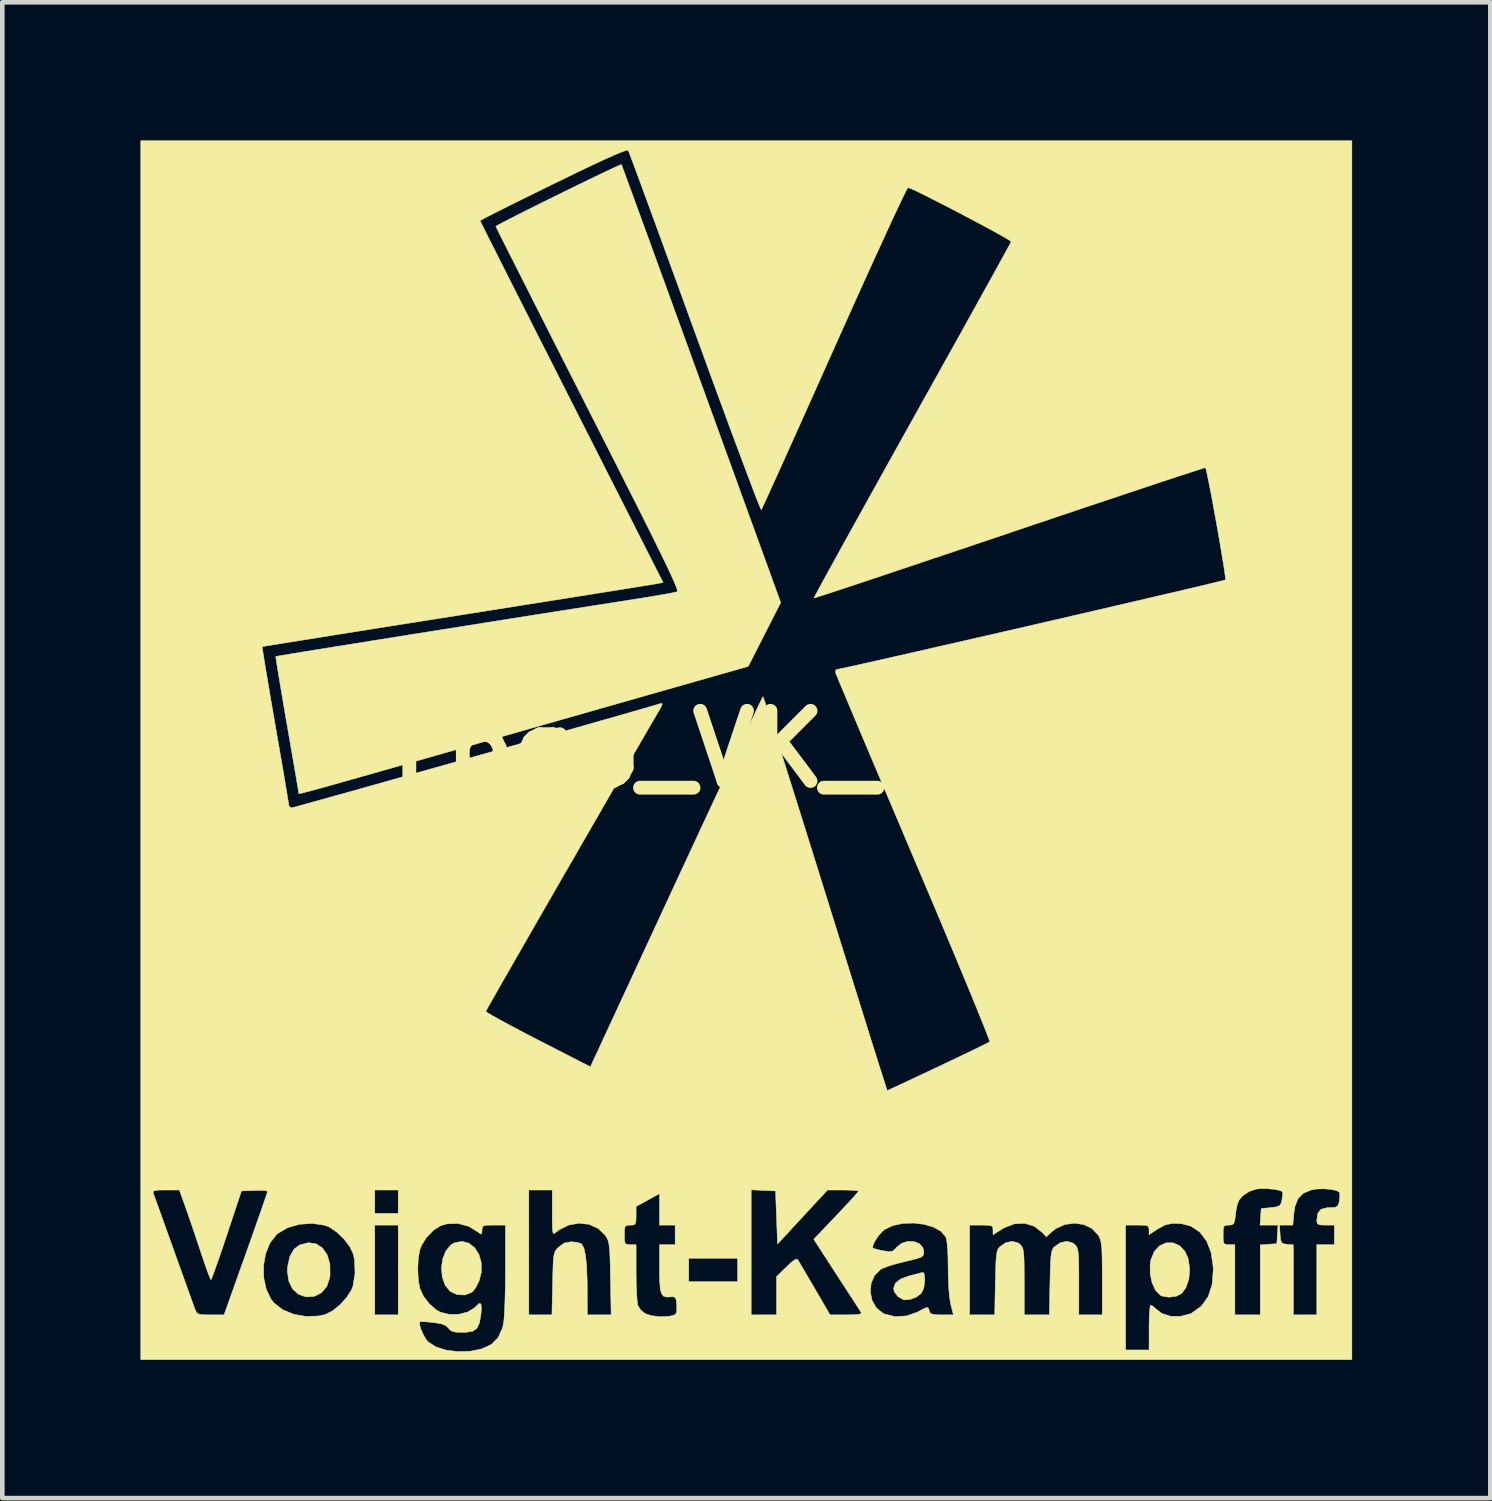
<source format=kicad_pcb>
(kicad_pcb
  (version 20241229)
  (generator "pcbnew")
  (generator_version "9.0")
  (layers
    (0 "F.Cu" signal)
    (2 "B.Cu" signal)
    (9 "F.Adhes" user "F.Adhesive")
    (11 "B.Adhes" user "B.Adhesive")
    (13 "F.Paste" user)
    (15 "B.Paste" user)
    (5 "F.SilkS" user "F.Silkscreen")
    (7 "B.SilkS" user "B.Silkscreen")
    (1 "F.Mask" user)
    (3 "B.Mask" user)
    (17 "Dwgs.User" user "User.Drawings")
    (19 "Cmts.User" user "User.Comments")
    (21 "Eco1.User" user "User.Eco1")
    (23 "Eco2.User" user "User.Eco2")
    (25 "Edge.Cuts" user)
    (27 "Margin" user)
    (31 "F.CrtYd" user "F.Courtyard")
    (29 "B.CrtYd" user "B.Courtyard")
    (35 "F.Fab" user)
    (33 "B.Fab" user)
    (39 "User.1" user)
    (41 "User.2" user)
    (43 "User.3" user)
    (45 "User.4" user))
  (footprint "Logo_VK_inch"
    (layer "F.Cu")
    (at 13.128 13.213)
    (property "Reference" "Logo_VK_inch" (at 0 0 0) (layer "F.SilkS") (effects (font (size 1.524 1.524) (thickness 0.3))))
    (attr through_hole)
    (fp_poly (pts (xy -9.314 10.736) (xy -9.176 10.828) (xy -9.074 10.977) (xy -9.017 11.176) (xy -9.014 11.414) (xy -9.021 11.47) (xy -9.084 11.659) (xy -9.201 11.798) (xy -9.357 11.877) (xy -9.534 11.888) (xy -9.699 11.832) (xy -9.828 11.716) (xy -9.911 11.543) (xy -9.941 11.331) (xy -9.936 11.236) (xy -9.887 11.008) (xy -9.793 10.848) (xy -9.671 10.759) (xy -9.482 10.71) (xy -9.314 10.736)) (stroke (width 0.01) (type solid)) (fill yes) (layer "F.SilkS"))
    (fp_poly (pts (xy 3.889 11.406) (xy 3.895 11.515) (xy 3.895 11.528) (xy 3.874 11.695) (xy 3.821 11.807) (xy 3.718 11.887) (xy 3.583 11.941) (xy 3.457 11.953) (xy 3.429 11.947) (xy 3.311 11.879) (xy 3.233 11.776) (xy 3.217 11.705) (xy 3.256 11.589) (xy 3.374 11.497) (xy 3.556 11.431) (xy 3.688 11.397) (xy 3.795 11.368) (xy 3.821 11.361) (xy 3.867 11.36) (xy 3.889 11.406)) (stroke (width 0.01) (type solid)) (fill yes) (layer "F.SilkS"))
    (fp_poly (pts (xy 9.426 10.775) (xy 9.544 10.901) (xy 9.611 11.053) (xy 9.645 11.274) (xy 9.628 11.494) (xy 9.564 11.686) (xy 9.473 11.811) (xy 9.354 11.873) (xy 9.2 11.894) (xy 9.052 11.871) (xy 9.006 11.85) (xy 8.905 11.747) (xy 8.83 11.586) (xy 8.788 11.39) (xy 8.786 11.184) (xy 8.802 11.085) (xy 8.876 10.9) (xy 8.993 10.776) (xy 9.134 10.713) (xy 9.284 10.713) (xy 9.426 10.775)) (stroke (width 0.01) (type solid)) (fill yes) (layer "F.SilkS"))
    (fp_poly (pts (xy -5.998 10.722) (xy -5.873 10.822) (xy -5.781 10.968) (xy -5.731 11.148) (xy -5.73 11.35) (xy -5.777 11.537) (xy -5.839 11.665) (xy -5.912 11.765) (xy -5.94 11.79) (xy -6.087 11.846) (xy -6.253 11.839) (xy -6.403 11.769) (xy -6.406 11.767) (xy -6.516 11.634) (xy -6.578 11.459) (xy -6.596 11.264) (xy -6.57 11.068) (xy -6.503 10.894) (xy -6.397 10.763) (xy -6.316 10.714) (xy -6.149 10.682) (xy -5.998 10.722)) (stroke (width 0.01) (type solid)) (fill yes) (layer "F.SilkS"))
    (fp_poly (pts (xy -2.674 -12.651) (xy -2.631 -12.536) (xy -2.563 -12.351) (xy -2.472 -12.101) (xy -2.359 -11.791) (xy -2.226 -11.425) (xy -2.074 -11.01) (xy -1.907 -10.549) (xy -1.724 -10.048) (xy -1.529 -9.511) (xy -1.323 -8.944) (xy -1.108 -8.351) (xy -0.955 -7.931) (xy 0.768 -3.184) (xy 0.416 -2.491) (xy 0.064 -1.799) (xy -4.699 -0.441) (xy -5.441 -0.229) (xy -6.106 -0.04) (xy -6.697 0.129) (xy -7.22 0.278) (xy -7.679 0.409) (xy -8.077 0.522) (xy -8.419 0.619) (xy -8.71 0.701) (xy -8.953 0.77) (xy -9.152 0.826) (xy -9.313 0.87) (xy -9.438 0.904) (xy -9.533 0.929) (xy -9.601 0.947) (xy -9.648 0.957) (xy -9.676 0.962) (xy -9.691 0.963) (xy -9.696 0.96) (xy -9.696 0.956) (xy -9.694 0.951) (xy -9.694 0.95) (xy -9.701 0.904) (xy -9.721 0.784) (xy -9.752 0.6) (xy -9.793 0.362) (xy -9.842 0.078) (xy -9.897 -0.24) (xy -9.949 -0.539) (xy -10.008 -0.879) (xy -10.061 -1.193) (xy -10.107 -1.469) (xy -10.145 -1.699) (xy -10.173 -1.872) (xy -10.189 -1.981) (xy -10.192 -2.014) (xy -10.15 -2.022) (xy -10.03 -2.042) (xy -9.841 -2.074) (xy -9.589 -2.115) (xy -9.28 -2.165) (xy -8.922 -2.223) (xy -8.52 -2.287) (xy -8.083 -2.357) (xy -7.616 -2.432) (xy -7.127 -2.51) (xy -6.623 -2.59) (xy -6.109 -2.672) (xy -5.594 -2.754) (xy -5.083 -2.835) (xy -4.584 -2.914) (xy -4.103 -2.99) (xy -3.647 -3.061) (xy -3.224 -3.128) (xy -2.839 -3.188) (xy -2.499 -3.241) (xy -2.498 -3.241) (xy -2.221 -3.285) (xy -1.969 -3.327) (xy -1.757 -3.363) (xy -1.596 -3.393) (xy -1.5 -3.414) (xy -1.48 -3.42) (xy -1.475 -3.437) (xy -1.485 -3.48) (xy -1.511 -3.552) (xy -1.556 -3.659) (xy -1.621 -3.802) (xy -1.708 -3.987) (xy -1.819 -4.217) (xy -1.956 -4.496) (xy -2.12 -4.827) (xy -2.314 -5.214) (xy -2.54 -5.662) (xy -2.798 -6.174) (xy -3.092 -6.753) (xy -3.414 -7.387) (xy -3.687 -7.926) (xy -3.95 -8.443) (xy -4.199 -8.935) (xy -4.432 -9.394) (xy -4.646 -9.818) (xy -4.839 -10.2) (xy -5.009 -10.537) (xy -5.153 -10.821) (xy -5.268 -11.05) (xy -5.352 -11.218) (xy -5.402 -11.319) (xy -5.416 -11.349) (xy -5.38 -11.372) (xy -5.279 -11.427) (xy -5.122 -11.508) (xy -4.92 -11.611) (xy -4.683 -11.73) (xy -4.422 -11.86) (xy -4.147 -11.996) (xy -3.869 -12.133) (xy -3.597 -12.266) (xy -3.343 -12.389) (xy -3.116 -12.498) (xy -2.928 -12.587) (xy -2.787 -12.652) (xy -2.706 -12.687) (xy -2.69 -12.692) (xy -2.674 -12.651)) (stroke (width 0.01) (type solid)) (fill yes) (layer "F.SilkS"))
    (fp_poly (pts (xy 13.166 13.25) (xy -13.123 13.25) (xy -13.123 9.6) (xy -12.855 9.6) (xy -12.851 9.636) (xy -12.849 9.641) (xy -12.828 9.699) (xy -12.782 9.826) (xy -12.715 10.011) (xy -12.632 10.243) (xy -12.535 10.513) (xy -12.429 10.808) (xy -12.404 10.88) (xy -12.296 11.182) (xy -12.195 11.464) (xy -12.105 11.712) (xy -12.031 11.918) (xy -11.977 12.068) (xy -11.946 12.152) (xy -11.943 12.16) (xy -11.914 12.222) (xy -11.872 12.257) (xy -11.797 12.272) (xy -11.665 12.277) (xy -11.606 12.277) (xy -11.315 12.277) (xy -10.933 11.205) (xy -10.457 11.205) (xy -10.453 11.471) (xy -10.398 11.724) (xy -10.292 11.941) (xy -10.232 12.017) (xy -10.043 12.164) (xy -9.804 12.264) (xy -9.535 12.311) (xy -9.259 12.301) (xy -9.128 12.273) (xy -8.971 12.197) (xy -8.806 12.066) (xy -8.658 11.905) (xy -8.55 11.737) (xy -8.518 11.658) (xy -8.472 11.379) (xy -8.483 11.088) (xy -8.512 10.951) (xy -8.587 10.794) (xy -8.714 10.629) (xy -8.871 10.479) (xy -9.033 10.37) (xy -9.123 10.334) (xy -9.153 10.329) (xy -8.043 10.329) (xy -8.043 12.277) (xy -7.535 12.277) (xy -7.535 11.288) (xy -7.11 11.288) (xy -7.098 11.518) (xy -7.067 11.696) (xy -6.987 11.871) (xy -6.856 12.041) (xy -6.701 12.174) (xy -6.617 12.219) (xy -6.422 12.267) (xy -6.215 12.264) (xy -6.024 12.214) (xy -5.875 12.122) (xy -5.847 12.093) (xy -5.779 12.029) (xy -5.739 12.04) (xy -5.727 12.129) (xy -5.738 12.266) (xy -5.771 12.453) (xy -5.826 12.57) (xy -5.919 12.633) (xy -6.064 12.656) (xy -6.14 12.658) (xy -6.287 12.652) (xy -6.375 12.63) (xy -6.43 12.584) (xy -6.443 12.566) (xy -6.501 12.51) (xy -6.599 12.472) (xy -6.758 12.445) (xy -6.776 12.443) (xy -6.918 12.429) (xy -7.023 12.424) (xy -7.066 12.428) (xy -7.071 12.485) (xy -7.042 12.586) (xy -6.991 12.703) (xy -6.93 12.81) (xy -6.884 12.864) (xy -6.718 12.971) (xy -6.495 13.042) (xy -6.238 13.074) (xy -5.97 13.066) (xy -5.726 13.017) (xy -5.515 12.92) (xy -5.366 12.771) (xy -5.271 12.56) (xy -5.253 12.487) (xy -5.239 12.381) (xy -5.227 12.205) (xy -5.218 11.974) (xy -5.211 11.705) (xy -5.207 11.411) (xy -5.207 11.301) (xy -5.207 10.329) (xy -5.461 10.329) (xy -5.602 10.331) (xy -5.678 10.343) (xy -5.709 10.374) (xy -5.715 10.433) (xy -5.715 10.442) (xy -5.72 10.518) (xy -5.749 10.521) (xy -5.789 10.489) (xy -5.998 10.358) (xy -6.235 10.294) (xy -6.476 10.302) (xy -6.617 10.344) (xy -6.774 10.445) (xy -6.921 10.598) (xy -7.031 10.774) (xy -7.067 10.868) (xy -7.099 11.058) (xy -7.11 11.288) (xy -7.535 11.288) (xy -7.535 10.329) (xy -8.043 10.329) (xy -9.153 10.329) (xy -9.397 10.293) (xy -9.675 10.311) (xy -9.932 10.384) (xy -10.145 10.508) (xy -10.174 10.533) (xy -10.317 10.715) (xy -10.411 10.946) (xy -10.457 11.205) (xy -10.933 11.205) (xy -10.843 10.954) (xy -10.73 10.636) (xy -10.627 10.344) (xy -10.537 10.087) (xy -10.463 9.874) (xy -10.409 9.716) (xy -10.378 9.62) (xy -10.371 9.597) (xy -10.41 9.582) (xy -10.511 9.574) (xy -10.653 9.576) (xy -10.654 9.576) (xy -10.937 9.588) (xy -11.257 10.552) (xy -11.347 10.82) (xy -11.429 11.06) (xy -11.5 11.26) (xy -11.554 11.409) (xy -11.589 11.496) (xy -11.6 11.515) (xy -11.62 11.477) (xy -11.661 11.372) (xy -11.718 11.214) (xy -11.786 11.016) (xy -11.828 10.89) (xy -11.912 10.638) (xy -11.998 10.382) (xy -12.079 10.146) (xy -12.145 9.958) (xy -12.159 9.917) (xy -12.285 9.567) (xy -8.043 9.567) (xy -8.043 10.075) (xy -7.535 10.075) (xy -7.535 9.567) (xy -4.699 9.567) (xy -4.699 12.277) (xy -4.198 12.277) (xy -4.184 11.6) (xy -4.178 11.347) (xy -4.172 11.164) (xy -4.163 11.037) (xy -4.148 10.952) (xy -4.125 10.893) (xy -4.093 10.848) (xy -4.053 10.807) (xy -3.934 10.72) (xy -3.791 10.691) (xy -3.769 10.691) (xy -3.649 10.703) (xy -3.563 10.731) (xy -3.552 10.74) (xy -3.504 10.828) (xy -3.469 10.987) (xy -3.445 11.221) (xy -3.433 11.533) (xy -3.431 11.716) (xy -3.429 12.277) (xy -2.913 12.277) (xy -2.928 11.483) (xy -2.933 11.204) (xy -2.939 10.996) (xy -2.948 10.846) (xy -2.961 10.74) (xy -2.979 10.665) (xy -3.004 10.607) (xy -3.039 10.554) (xy -3.044 10.547) (xy -3.05 10.541) (xy -2.625 10.541) (xy -2.622 10.666) (xy -2.605 10.729) (xy -2.56 10.75) (xy -2.498 10.753) (xy -2.371 10.753) (xy -2.371 11.364) (xy -2.368 11.591) (xy -2.36 11.796) (xy -2.349 11.96) (xy -2.335 12.063) (xy -2.33 12.081) (xy -2.264 12.178) (xy -2.172 12.251) (xy -2.037 12.295) (xy -1.858 12.316) (xy -1.676 12.31) (xy -1.575 12.292) (xy -1.54 12.277) (xy 0.127 12.277) (xy 0.677 12.277) (xy 0.677 11.448) (xy 0.891 11.238) (xy 1.006 11.129) (xy 1.079 11.076) (xy 1.123 11.07) (xy 1.145 11.091) (xy 1.18 11.149) (xy 1.249 11.265) (xy 1.343 11.426) (xy 1.454 11.616) (xy 1.513 11.716) (xy 1.839 12.277) (xy 2.192 12.277) (xy 2.369 12.274) (xy 2.473 12.264) (xy 2.515 12.245) (xy 2.513 12.224) (xy 2.48 12.172) (xy 2.41 12.062) (xy 2.309 11.907) (xy 2.226 11.78) (xy 2.714 11.78) (xy 2.752 11.965) (xy 2.845 12.126) (xy 2.989 12.243) (xy 3.017 12.256) (xy 3.249 12.314) (xy 3.498 12.3) (xy 3.738 12.216) (xy 3.742 12.213) (xy 3.867 12.147) (xy 3.936 12.118) (xy 3.968 12.123) (xy 3.984 12.161) (xy 3.992 12.192) (xy 4.016 12.24) (xy 4.071 12.266) (xy 4.177 12.276) (xy 4.266 12.277) (xy 4.517 12.277) (xy 4.46 12.056) (xy 4.434 11.908) (xy 4.415 11.696) (xy 4.404 11.44) (xy 4.402 11.262) (xy 4.397 10.979) (xy 4.384 10.764) (xy 4.363 10.624) (xy 4.349 10.583) (xy 4.245 10.462) (xy 4.081 10.371) (xy 3.937 10.329) (xy 4.868 10.329) (xy 4.868 12.277) (xy 5.413 12.277) (xy 5.426 11.579) (xy 5.432 11.318) (xy 5.439 11.128) (xy 5.45 10.995) (xy 5.464 10.907) (xy 5.485 10.848) (xy 5.515 10.807) (xy 5.525 10.797) (xy 5.657 10.708) (xy 5.8 10.681) (xy 5.928 10.719) (xy 5.965 10.748) (xy 5.997 10.786) (xy 6.021 10.832) (xy 6.037 10.901) (xy 6.046 11.006) (xy 6.052 11.159) (xy 6.053 11.375) (xy 6.054 11.557) (xy 6.054 12.277) (xy 6.598 12.277) (xy 6.612 11.579) (xy 6.618 11.318) (xy 6.625 11.128) (xy 6.635 10.995) (xy 6.65 10.907) (xy 6.671 10.848) (xy 6.7 10.807) (xy 6.71 10.797) (xy 6.843 10.708) (xy 6.986 10.681) (xy 7.113 10.719) (xy 7.15 10.748) (xy 7.183 10.786) (xy 7.206 10.832) (xy 7.222 10.901) (xy 7.232 11.006) (xy 7.237 11.159) (xy 7.239 11.375) (xy 7.239 11.557) (xy 7.239 12.277) (xy 7.747 12.277) (xy 7.747 11.483) (xy 7.746 11.201) (xy 7.743 10.99) (xy 7.737 10.837) (xy 7.725 10.728) (xy 7.708 10.65) (xy 7.684 10.589) (xy 7.661 10.549) (xy 7.528 10.405) (xy 7.373 10.329) (xy 8.255 10.329) (xy 8.255 13.039) (xy 8.763 13.039) (xy 8.763 12.552) (xy 8.766 12.36) (xy 8.774 12.204) (xy 8.786 12.1) (xy 8.8 12.065) (xy 8.855 12.094) (xy 8.892 12.131) (xy 9.038 12.245) (xy 9.229 12.306) (xy 9.441 12.31) (xy 9.651 12.255) (xy 9.692 12.236) (xy 9.9 12.086) (xy 10.047 11.88) (xy 10.132 11.616) (xy 10.156 11.295) (xy 10.154 11.232) (xy 10.11 10.926) (xy 10.012 10.674) (xy 9.911 10.541) (xy 10.372 10.541) (xy 10.374 10.666) (xy 10.392 10.729) (xy 10.436 10.75) (xy 10.499 10.753) (xy 10.626 10.753) (xy 10.626 12.277) (xy 11.176 12.277) (xy 11.176 10.758) (xy 11.356 10.745) (xy 11.536 10.732) (xy 11.549 10.53) (xy 11.562 10.329) (xy 11.595 10.329) (xy 11.608 10.53) (xy 11.619 10.652) (xy 11.645 10.713) (xy 11.701 10.738) (xy 11.758 10.745) (xy 11.896 10.758) (xy 11.896 12.277) (xy 12.404 12.277) (xy 12.404 10.753) (xy 12.785 10.753) (xy 12.785 10.329) (xy 12.594 10.329) (xy 12.477 10.325) (xy 12.421 10.304) (xy 12.404 10.252) (xy 12.404 10.221) (xy 12.425 10.07) (xy 12.497 9.984) (xy 12.63 9.95) (xy 12.678 9.948) (xy 12.795 9.944) (xy 12.854 9.918) (xy 12.882 9.854) (xy 12.893 9.803) (xy 12.904 9.694) (xy 12.897 9.621) (xy 12.895 9.616) (xy 12.832 9.58) (xy 12.712 9.554) (xy 12.562 9.542) (xy 12.41 9.545) (xy 12.29 9.564) (xy 12.113 9.637) (xy 11.996 9.755) (xy 11.929 9.928) (xy 11.907 10.071) (xy 11.884 10.329) (xy 11.595 10.329) (xy 11.562 10.329) (xy 11.171 10.329) (xy 11.184 10.149) (xy 11.197 9.97) (xy 11.407 9.948) (xy 11.533 9.932) (xy 11.6 9.903) (xy 11.632 9.844) (xy 11.647 9.78) (xy 11.663 9.675) (xy 11.662 9.609) (xy 11.66 9.605) (xy 11.604 9.577) (xy 11.49 9.554) (xy 11.346 9.54) (xy 11.2 9.537) (xy 11.088 9.547) (xy 10.941 9.597) (xy 10.807 9.684) (xy 10.798 9.691) (xy 10.722 9.778) (xy 10.677 9.88) (xy 10.649 10.03) (xy 10.644 10.068) (xy 10.626 10.211) (xy 10.604 10.289) (xy 10.568 10.322) (xy 10.507 10.329) (xy 10.493 10.329) (xy 10.421 10.334) (xy 10.385 10.364) (xy 10.373 10.441) (xy 10.372 10.541) (xy 9.911 10.541) (xy 9.865 10.481) (xy 9.673 10.353) (xy 9.467 10.298) (xy 9.27 10.291) (xy 9.108 10.327) (xy 8.941 10.418) (xy 8.919 10.433) (xy 8.763 10.538) (xy 8.763 10.434) (xy 8.757 10.376) (xy 8.728 10.345) (xy 8.654 10.332) (xy 8.515 10.329) (xy 8.509 10.329) (xy 8.255 10.329) (xy 7.373 10.329) (xy 7.349 10.318) (xy 7.146 10.288) (xy 6.936 10.316) (xy 6.74 10.405) (xy 6.643 10.481) (xy 6.534 10.585) (xy 6.453 10.495) (xy 6.274 10.356) (xy 6.066 10.291) (xy 5.842 10.301) (xy 5.616 10.389) (xy 5.575 10.413) (xy 5.376 10.539) (xy 5.376 10.434) (xy 5.371 10.376) (xy 5.341 10.345) (xy 5.267 10.332) (xy 5.129 10.329) (xy 5.122 10.329) (xy 4.868 10.329) (xy 3.937 10.329) (xy 3.876 10.311) (xy 3.648 10.285) (xy 3.419 10.293) (xy 3.207 10.338) (xy 3.03 10.421) (xy 2.974 10.466) (xy 2.891 10.559) (xy 2.819 10.666) (xy 2.772 10.761) (xy 2.765 10.821) (xy 2.768 10.825) (xy 2.819 10.845) (xy 2.925 10.872) (xy 2.991 10.885) (xy 3.117 10.904) (xy 3.192 10.895) (xy 3.249 10.851) (xy 3.279 10.815) (xy 3.391 10.724) (xy 3.527 10.682) (xy 3.664 10.686) (xy 3.781 10.733) (xy 3.856 10.82) (xy 3.873 10.901) (xy 3.87 10.958) (xy 3.851 10.999) (xy 3.8 11.031) (xy 3.704 11.063) (xy 3.545 11.102) (xy 3.46 11.122) (xy 3.27 11.17) (xy 3.102 11.221) (xy 2.979 11.267) (xy 2.939 11.288) (xy 2.805 11.421) (xy 2.731 11.592) (xy 2.714 11.78) (xy 2.226 11.78) (xy 2.187 11.72) (xy 2.081 11.557) (xy 1.942 11.343) (xy 1.812 11.142) (xy 1.701 10.97) (xy 1.619 10.843) (xy 1.584 10.789) (xy 1.486 10.635) (xy 1.971 10.126) (xy 2.132 9.955) (xy 2.271 9.806) (xy 2.377 9.689) (xy 2.441 9.614) (xy 2.455 9.592) (xy 2.416 9.581) (xy 2.313 9.572) (xy 2.165 9.568) (xy 2.12 9.567) (xy 1.784 9.567) (xy 1.241 10.154) (xy 0.699 10.74) (xy 0.677 10.164) (xy 0.656 9.588) (xy 0.392 9.576) (xy 0.127 9.563) (xy 0.127 12.277) (xy -1.54 12.277) (xy -1.515 12.266) (xy -1.49 12.213) (xy -1.488 12.109) (xy -1.49 12.07) (xy -1.501 11.951) (xy -1.525 11.896) (xy -1.576 11.884) (xy -1.623 11.887) (xy -1.715 11.89) (xy -1.78 11.868) (xy -1.823 11.808) (xy -1.848 11.701) (xy -1.86 11.532) (xy -1.863 11.292) (xy -1.863 11.277) (xy -1.863 11.049) (xy -1.228 11.049) (xy -1.228 11.557) (xy -0.169 11.557) (xy -0.169 11.049) (xy -1.228 11.049) (xy -1.863 11.049) (xy -1.863 10.753) (xy -1.524 10.753) (xy -1.524 10.329) (xy -1.863 10.329) (xy -1.863 9.646) (xy -2.117 9.786) (xy -2.371 9.926) (xy -2.371 10.127) (xy -2.374 10.249) (xy -2.393 10.308) (xy -2.441 10.328) (xy -2.498 10.329) (xy -2.573 10.334) (xy -2.61 10.362) (xy -2.623 10.436) (xy -2.625 10.541) (xy -3.05 10.541) (xy -3.198 10.399) (xy -3.393 10.312) (xy -3.611 10.288) (xy -3.834 10.328) (xy -4.044 10.432) (xy -4.117 10.489) (xy -4.148 10.512) (xy -4.17 10.506) (xy -4.182 10.46) (xy -4.189 10.361) (xy -4.191 10.196) (xy -4.191 10.061) (xy -4.191 9.567) (xy -4.699 9.567) (xy -7.535 9.567) (xy -8.043 9.567) (xy -12.285 9.567) (xy -12.582 9.567) (xy -12.736 9.569) (xy -12.822 9.579) (xy -12.855 9.6) (xy -13.123 9.6) (xy -13.123 -2.226) (xy -10.487 -2.226) (xy -10.482 -2.184) (xy -10.464 -2.067) (xy -10.435 -1.884) (xy -10.395 -1.645) (xy -10.346 -1.357) (xy -10.291 -1.029) (xy -10.229 -0.671) (xy -10.202 -0.513) (xy -10.138 -0.143) (xy -10.078 0.201) (xy -10.025 0.51) (xy -9.98 0.776) (xy -9.945 0.989) (xy -9.92 1.14) (xy -9.907 1.22) (xy -9.906 1.231) (xy -9.872 1.266) (xy -9.845 1.27) (xy -9.8 1.259) (xy -9.679 1.226) (xy -9.491 1.174) (xy -9.242 1.105) (xy -8.938 1.02) (xy -8.586 0.922) (xy -8.194 0.812) (xy -7.767 0.692) (xy -7.314 0.564) (xy -6.839 0.43) (xy -6.351 0.293) (xy -5.856 0.153) (xy -5.36 0.013) (xy -4.871 -0.126) (xy -4.395 -0.261) (xy -3.939 -0.39) (xy -3.51 -0.512) (xy -3.115 -0.625) (xy -2.759 -0.726) (xy -2.451 -0.814) (xy -2.197 -0.888) (xy -2.003 -0.944) (xy -1.876 -0.981) (xy -1.827 -0.997) (xy -1.801 -0.987) (xy -1.828 -0.918) (xy -1.85 -0.879) (xy -1.989 -0.641) (xy -2.154 -0.357) (xy -2.342 -0.033) (xy -2.551 0.326) (xy -2.775 0.713) (xy -3.011 1.122) (xy -3.256 1.547) (xy -3.507 1.981) (xy -3.759 2.419) (xy -4.01 2.853) (xy -4.255 3.279) (xy -4.491 3.689) (xy -4.715 4.079) (xy -4.922 4.44) (xy -5.11 4.768) (xy -5.275 5.055) (xy -5.413 5.297) (xy -5.52 5.486) (xy -5.594 5.616) (xy -5.63 5.682) (xy -5.633 5.689) (xy -5.598 5.717) (xy -5.496 5.778) (xy -5.337 5.867) (xy -5.13 5.98) (xy -4.884 6.11) (xy -4.609 6.254) (xy -4.5 6.31) (xy -3.363 6.893) (xy -1.502 2.876) (xy -1.247 2.328) (xy -1.003 1.801) (xy -0.77 1.302) (xy -0.552 0.835) (xy -0.351 0.405) (xy -0.17 0.017) (xy -0.01 -0.324) (xy 0.126 -0.612) (xy 0.236 -0.843) (xy 0.317 -1.011) (xy 0.367 -1.113) (xy 0.383 -1.142) (xy 0.399 -1.102) (xy 0.438 -0.987) (xy 0.498 -0.802) (xy 0.579 -0.552) (xy 0.678 -0.241) (xy 0.794 0.123) (xy 0.925 0.537) (xy 1.069 0.996) (xy 1.225 1.492) (xy 1.392 2.023) (xy 1.566 2.581) (xy 1.738 3.132) (xy 1.919 3.713) (xy 2.093 4.27) (xy 2.258 4.799) (xy 2.413 5.294) (xy 2.555 5.75) (xy 2.684 6.162) (xy 2.798 6.524) (xy 2.895 6.832) (xy 2.974 7.079) (xy 3.032 7.261) (xy 3.068 7.372) (xy 3.08 7.408) (xy 3.12 7.391) (xy 3.226 7.342) (xy 3.39 7.266) (xy 3.601 7.167) (xy 3.849 7.05) (xy 4.125 6.92) (xy 4.181 6.894) (xy 4.463 6.76) (xy 4.72 6.637) (xy 4.943 6.53) (xy 5.121 6.444) (xy 5.244 6.382) (xy 5.302 6.352) (xy 5.304 6.35) (xy 5.293 6.308) (xy 5.25 6.193) (xy 5.179 6.011) (xy 5.08 5.766) (xy 4.957 5.465) (xy 4.812 5.112) (xy 4.646 4.712) (xy 4.462 4.271) (xy 4.262 3.794) (xy 4.048 3.286) (xy 3.822 2.753) (xy 3.658 2.367) (xy 3.425 1.817) (xy 3.201 1.288) (xy 2.988 0.787) (xy 2.789 0.316) (xy 2.606 -0.116) (xy 2.441 -0.507) (xy 2.297 -0.85) (xy 2.175 -1.139) (xy 2.078 -1.37) (xy 2.008 -1.538) (xy 1.968 -1.637) (xy 1.958 -1.662) (xy 1.965 -1.724) (xy 1.995 -1.735) (xy 2.047 -1.744) (xy 2.173 -1.771) (xy 2.368 -1.814) (xy 2.625 -1.871) (xy 2.937 -1.941) (xy 3.297 -2.023) (xy 3.699 -2.114) (xy 4.136 -2.214) (xy 4.601 -2.32) (xy 5.088 -2.432) (xy 5.59 -2.547) (xy 6.099 -2.664) (xy 6.611 -2.782) (xy 7.116 -2.899) (xy 7.61 -3.013) (xy 8.085 -3.124) (xy 8.535 -3.228) (xy 8.953 -3.326) (xy 9.332 -3.414) (xy 9.665 -3.493) (xy 9.946 -3.559) (xy 10.168 -3.613) (xy 10.325 -3.651) (xy 10.409 -3.673) (xy 10.422 -3.677) (xy 10.42 -3.723) (xy 10.405 -3.838) (xy 10.379 -4.012) (xy 10.343 -4.23) (xy 10.301 -4.48) (xy 10.254 -4.75) (xy 10.204 -5.027) (xy 10.155 -5.297) (xy 10.108 -5.549) (xy 10.065 -5.769) (xy 10.029 -5.944) (xy 10.003 -6.063) (xy 9.987 -6.112) (xy 9.987 -6.112) (xy 9.945 -6.101) (xy 9.829 -6.064) (xy 9.643 -6.004) (xy 9.392 -5.922) (xy 9.082 -5.82) (xy 8.718 -5.699) (xy 8.306 -5.562) (xy 7.85 -5.409) (xy 7.356 -5.244) (xy 6.829 -5.067) (xy 6.274 -4.88) (xy 5.736 -4.698) (xy 5.161 -4.504) (xy 4.608 -4.318) (xy 4.083 -4.142) (xy 3.592 -3.977) (xy 3.139 -3.825) (xy 2.73 -3.688) (xy 2.37 -3.568) (xy 2.064 -3.467) (xy 1.818 -3.386) (xy 1.636 -3.327) (xy 1.525 -3.292) (xy 1.489 -3.282) (xy 1.507 -3.319) (xy 1.564 -3.426) (xy 1.657 -3.598) (xy 1.783 -3.828) (xy 1.94 -4.113) (xy 2.124 -4.447) (xy 2.334 -4.826) (xy 2.566 -5.245) (xy 2.818 -5.698) (xy 3.087 -6.182) (xy 3.37 -6.691) (xy 3.618 -7.136) (xy 3.912 -7.663) (xy 4.194 -8.169) (xy 4.462 -8.65) (xy 4.713 -9.1) (xy 4.943 -9.515) (xy 5.151 -9.89) (xy 5.334 -10.22) (xy 5.488 -10.499) (xy 5.611 -10.724) (xy 5.701 -10.888) (xy 5.755 -10.987) (xy 5.77 -11.017) (xy 5.736 -11.045) (xy 5.638 -11.104) (xy 5.486 -11.19) (xy 5.293 -11.296) (xy 5.069 -11.416) (xy 4.826 -11.545) (xy 4.575 -11.677) (xy 4.328 -11.805) (xy 4.094 -11.924) (xy 3.887 -12.029) (xy 3.717 -12.112) (xy 3.595 -12.168) (xy 3.533 -12.191) (xy 3.53 -12.191) (xy 3.506 -12.154) (xy 3.451 -12.044) (xy 3.366 -11.868) (xy 3.254 -11.631) (xy 3.118 -11.338) (xy 2.961 -10.995) (xy 2.784 -10.608) (xy 2.59 -10.181) (xy 2.382 -9.721) (xy 2.163 -9.232) (xy 1.934 -8.721) (xy 1.929 -8.71) (xy 1.7 -8.198) (xy 1.481 -7.707) (xy 1.274 -7.245) (xy 1.081 -6.815) (xy 0.905 -6.424) (xy 0.749 -6.077) (xy 0.614 -5.78) (xy 0.505 -5.538) (xy 0.422 -5.357) (xy 0.368 -5.242) (xy 0.346 -5.199) (xy 0.346 -5.199) (xy 0.328 -5.233) (xy 0.283 -5.342) (xy 0.213 -5.52) (xy 0.121 -5.762) (xy 0.008 -6.061) (xy -0.124 -6.414) (xy -0.273 -6.814) (xy -0.437 -7.257) (xy -0.614 -7.737) (xy -0.801 -8.248) (xy -0.997 -8.785) (xy -1.097 -9.059) (xy -1.297 -9.609) (xy -1.489 -10.137) (xy -1.672 -10.638) (xy -1.842 -11.105) (xy -1.999 -11.534) (xy -2.14 -11.918) (xy -2.263 -12.253) (xy -2.366 -12.533) (xy -2.448 -12.752) (xy -2.505 -12.906) (xy -2.537 -12.987) (xy -2.542 -13) (xy -2.579 -13) (xy -2.672 -12.969) (xy -2.826 -12.906) (xy -3.042 -12.809) (xy -3.324 -12.678) (xy -3.675 -12.51) (xy -4.097 -12.305) (xy -4.165 -12.272) (xy -4.505 -12.105) (xy -4.82 -11.95) (xy -5.102 -11.81) (xy -5.344 -11.689) (xy -5.537 -11.591) (xy -5.674 -11.52) (xy -5.747 -11.48) (xy -5.757 -11.473) (xy -5.738 -11.433) (xy -5.683 -11.322) (xy -5.595 -11.146) (xy -5.476 -10.91) (xy -5.329 -10.618) (xy -5.157 -10.276) (xy -4.961 -9.888) (xy -4.744 -9.459) (xy -4.51 -8.995) (xy -4.259 -8.501) (xy -3.996 -7.981) (xy -3.77 -7.535) (xy -1.785 -3.619) (xy -1.94 -3.59) (xy -2.003 -3.579) (xy -2.144 -3.556) (xy -2.356 -3.522) (xy -2.635 -3.477) (xy -2.974 -3.423) (xy -3.367 -3.36) (xy -3.808 -3.29) (xy -4.292 -3.213) (xy -4.813 -3.131) (xy -5.364 -3.043) (xy -5.941 -2.952) (xy -6.287 -2.897) (xy -6.871 -2.805) (xy -7.432 -2.716) (xy -7.962 -2.632) (xy -8.458 -2.553) (xy -8.913 -2.481) (xy -9.321 -2.415) (xy -9.678 -2.358) (xy -9.976 -2.31) (xy -10.212 -2.272) (xy -10.378 -2.245) (xy -10.47 -2.229) (xy -10.487 -2.226) (xy -13.123 -2.226) (xy -13.123 -13.208) (xy 13.166 -13.208) (xy 13.166 13.25)) (stroke (width 0.01) (type solid)) (fill yes) (layer "F.SilkS")))
  (gr_rect
    (start -3 -3)
    (end 29.299 29.468)
    (stroke (width 0.1) (type default))
    (fill no)
    (layer "Edge.Cuts")))
</source>
